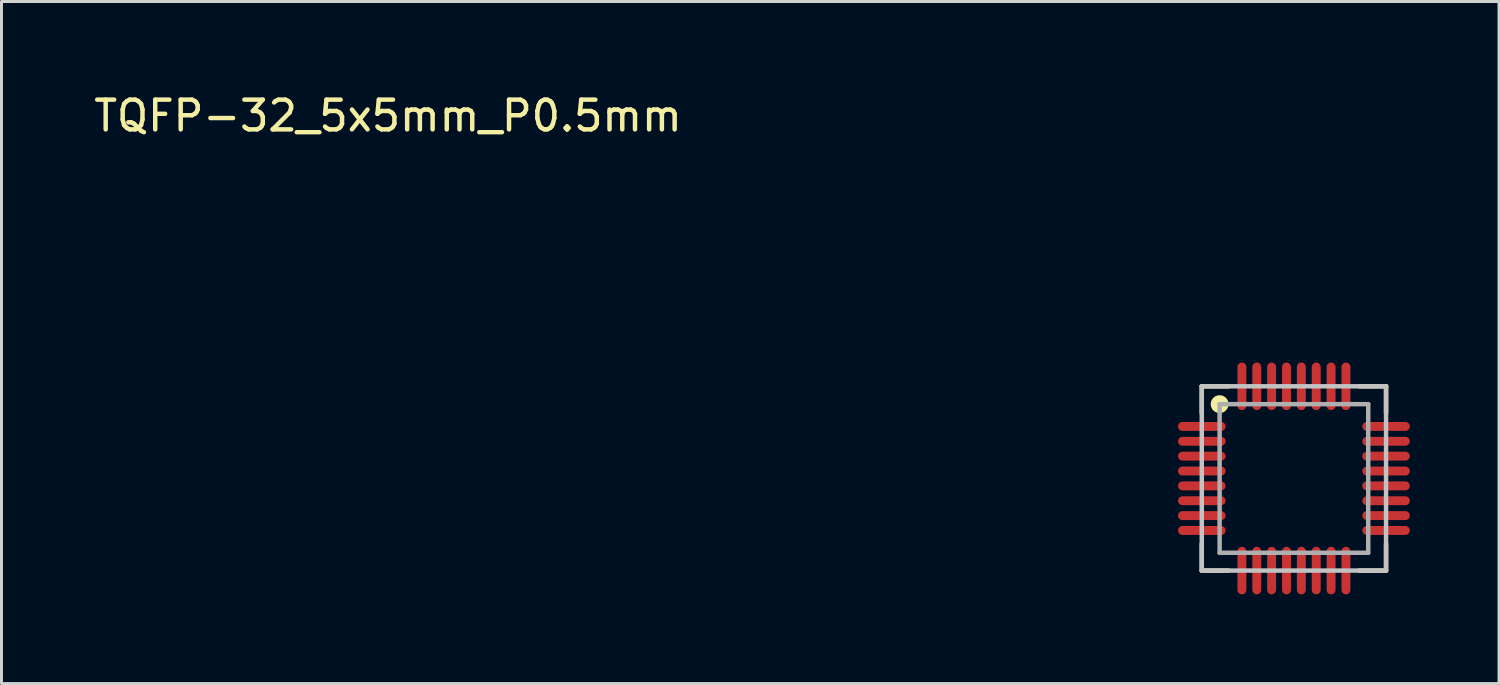
<source format=kicad_pcb>
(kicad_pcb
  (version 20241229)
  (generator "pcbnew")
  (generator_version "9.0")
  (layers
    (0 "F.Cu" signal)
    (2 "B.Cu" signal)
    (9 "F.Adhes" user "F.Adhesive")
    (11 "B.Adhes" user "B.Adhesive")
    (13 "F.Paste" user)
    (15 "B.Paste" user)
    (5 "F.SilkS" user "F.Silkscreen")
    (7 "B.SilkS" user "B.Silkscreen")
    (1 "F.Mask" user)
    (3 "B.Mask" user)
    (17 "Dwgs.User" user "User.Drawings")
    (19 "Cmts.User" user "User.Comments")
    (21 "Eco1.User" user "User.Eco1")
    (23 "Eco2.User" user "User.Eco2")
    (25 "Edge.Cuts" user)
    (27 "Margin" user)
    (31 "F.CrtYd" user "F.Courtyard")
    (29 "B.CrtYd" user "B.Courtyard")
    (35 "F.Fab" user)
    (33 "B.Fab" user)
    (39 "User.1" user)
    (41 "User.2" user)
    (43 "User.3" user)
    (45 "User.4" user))
  (footprint "TQFP-32_5x5mm_P0.5mm"
    (layer "F.Cu")
    (at 40.486 13.048)
    (property "Reference" "TQFP-32_5x5mm_P0.5mm" (at -30.48 -12.2 0) (layer "F.SilkS") (effects (font (size 1 1) (thickness 0.15))))
    (attr through_hole)
    (fp_line (start -3.1 -3.1) (end -3.1 -2.2) (stroke (width 0.15) (type solid)) (layer "F.SilkS"))
    (fp_line (start -3.1 -3.1) (end -2.2 -3.1) (stroke (width 0.15) (type solid)) (layer "F.SilkS"))
    (fp_line (start -3.1 3.1) (end -3.1 2.2) (stroke (width 0.15) (type solid)) (layer "F.SilkS"))
    (fp_line (start -3.1 3.1) (end -2.2 3.1) (stroke (width 0.15) (type solid)) (layer "F.SilkS"))
    (fp_line (start 3.1 -3.1) (end 2.2 -3.1) (stroke (width 0.15) (type solid)) (layer "F.SilkS"))
    (fp_line (start 3.1 -3.1) (end 3.1 -2.2) (stroke (width 0.15) (type solid)) (layer "F.SilkS"))
    (fp_line (start 3.1 3.1) (end 2.2 3.1) (stroke (width 0.15) (type solid)) (layer "F.SilkS"))
    (fp_line (start 3.1 3.1) (end 3.1 2.2) (stroke (width 0.15) (type solid)) (layer "F.SilkS"))
    (fp_circle (center -2.5 -2.5) (end -2.35 -2.5) (stroke (width 0.3) (type solid)) (fill no) (layer "F.SilkS"))
    (fp_line (start -3.1 -3.1) (end -3.1 3.1) (stroke (width 0.15) (type solid)) (layer "Dwgs.User"))
    (fp_line (start -3.1 -3.1) (end 3.1 -3.1) (stroke (width 0.15) (type solid)) (layer "Dwgs.User"))
    (fp_line (start -3.1 3.1) (end 3.1 3.1) (stroke (width 0.15) (type solid)) (layer "Dwgs.User"))
    (fp_line (start 3.1 -3.1) (end 3.1 3.1) (stroke (width 0.15) (type solid)) (layer "Dwgs.User"))
    (fp_line (start -2.5 -2.5) (end -2.5 2.5) (stroke (width 0.15) (type solid)) (layer "F.Fab"))
    (fp_line (start -2.5 -2.5) (end 2.5 -2.5) (stroke (width 0.15) (type solid)) (layer "F.Fab"))
    (fp_line (start -2.5 2.5) (end 2.5 2.5) (stroke (width 0.15) (type solid)) (layer "F.Fab"))
    (fp_line (start 2.5 -2.5) (end 2.5 2.5) (stroke (width 0.15) (type solid)) (layer "F.Fab"))
    (pad "1" smd oval (at -3.1 -1.75) (size 1.6 0.3) (layers "F.Cu" "F.Mask" "F.Paste"))
    (pad "2" smd oval (at -3.1 -1.25) (size 1.6 0.3) (layers "F.Cu" "F.Mask" "F.Paste"))
    (pad "3" smd oval (at -3.1 -0.75) (size 1.6 0.3) (layers "F.Cu" "F.Mask" "F.Paste"))
    (pad "4" smd oval (at -3.1 -0.25) (size 1.6 0.3) (layers "F.Cu" "F.Mask" "F.Paste"))
    (pad "5" smd oval (at -3.1 0.25) (size 1.6 0.3) (layers "F.Cu" "F.Mask" "F.Paste"))
    (pad "6" smd oval (at -3.1 0.75) (size 1.6 0.3) (layers "F.Cu" "F.Mask" "F.Paste"))
    (pad "7" smd oval (at -3.1 1.25) (size 1.6 0.3) (layers "F.Cu" "F.Mask" "F.Paste"))
    (pad "8" smd oval (at -3.1 1.75) (size 1.6 0.3) (layers "F.Cu" "F.Mask" "F.Paste"))
    (pad "9" smd oval (at -1.75 3.1 90) (size 1.6 0.3) (layers "F.Cu" "F.Mask" "F.Paste"))
    (pad "10" smd oval (at -1.25 3.1 90) (size 1.6 0.3) (layers "F.Cu" "F.Mask" "F.Paste"))
    (pad "11" smd oval (at -0.75 3.1 90) (size 1.6 0.3) (layers "F.Cu" "F.Mask" "F.Paste"))
    (pad "12" smd oval (at -0.25 3.1 90) (size 1.6 0.3) (layers "F.Cu" "F.Mask" "F.Paste"))
    (pad "13" smd oval (at 0.25 3.1 90) (size 1.6 0.3) (layers "F.Cu" "F.Mask" "F.Paste"))
    (pad "14" smd oval (at 0.75 3.1 90) (size 1.6 0.3) (layers "F.Cu" "F.Mask" "F.Paste"))
    (pad "15" smd oval (at 1.25 3.1 90) (size 1.6 0.3) (layers "F.Cu" "F.Mask" "F.Paste"))
    (pad "16" smd oval (at 1.75 3.1 90) (size 1.6 0.3) (layers "F.Cu" "F.Mask" "F.Paste"))
    (pad "17" smd oval (at 3.1 1.75) (size 1.6 0.3) (layers "F.Cu" "F.Mask" "F.Paste"))
    (pad "18" smd oval (at 3.1 1.25) (size 1.6 0.3) (layers "F.Cu" "F.Mask" "F.Paste"))
    (pad "19" smd oval (at 3.1 0.75) (size 1.6 0.3) (layers "F.Cu" "F.Mask" "F.Paste"))
    (pad "20" smd oval (at 3.1 0.25) (size 1.6 0.3) (layers "F.Cu" "F.Mask" "F.Paste"))
    (pad "21" smd oval (at 3.1 -0.25) (size 1.6 0.3) (layers "F.Cu" "F.Mask" "F.Paste"))
    (pad "22" smd oval (at 3.1 -0.75) (size 1.6 0.3) (layers "F.Cu" "F.Mask" "F.Paste"))
    (pad "23" smd oval (at 3.1 -1.25) (size 1.6 0.3) (layers "F.Cu" "F.Mask" "F.Paste"))
    (pad "24" smd oval (at 3.1 -1.75) (size 1.6 0.3) (layers "F.Cu" "F.Mask" "F.Paste"))
    (pad "25" smd oval (at 1.75 -3.1 90) (size 1.6 0.3) (layers "F.Cu" "F.Mask" "F.Paste"))
    (pad "26" smd oval (at 1.25 -3.1 90) (size 1.6 0.3) (layers "F.Cu" "F.Mask" "F.Paste"))
    (pad "27" smd oval (at 0.75 -3.1 90) (size 1.6 0.3) (layers "F.Cu" "F.Mask" "F.Paste"))
    (pad "28" smd oval (at 0.25 -3.1 90) (size 1.6 0.3) (layers "F.Cu" "F.Mask" "F.Paste"))
    (pad "29" smd oval (at -0.25 -3.1 90) (size 1.6 0.3) (layers "F.Cu" "F.Mask" "F.Paste"))
    (pad "30" smd oval (at -0.75 -3.1 90) (size 1.6 0.3) (layers "F.Cu" "F.Mask" "F.Paste"))
    (pad "31" smd oval (at -1.25 -3.1 90) (size 1.6 0.3) (layers "F.Cu" "F.Mask" "F.Paste"))
    (pad "32" smd oval (at -1.75 -3.1 90) (size 1.6 0.3) (layers "F.Cu" "F.Mask" "F.Paste")))
  (gr_rect
    (start -3 -3)
    (end 47.386 19.948)
    (stroke (width 0.1) (type default))
    (fill no)
    (layer "Edge.Cuts")))
</source>
